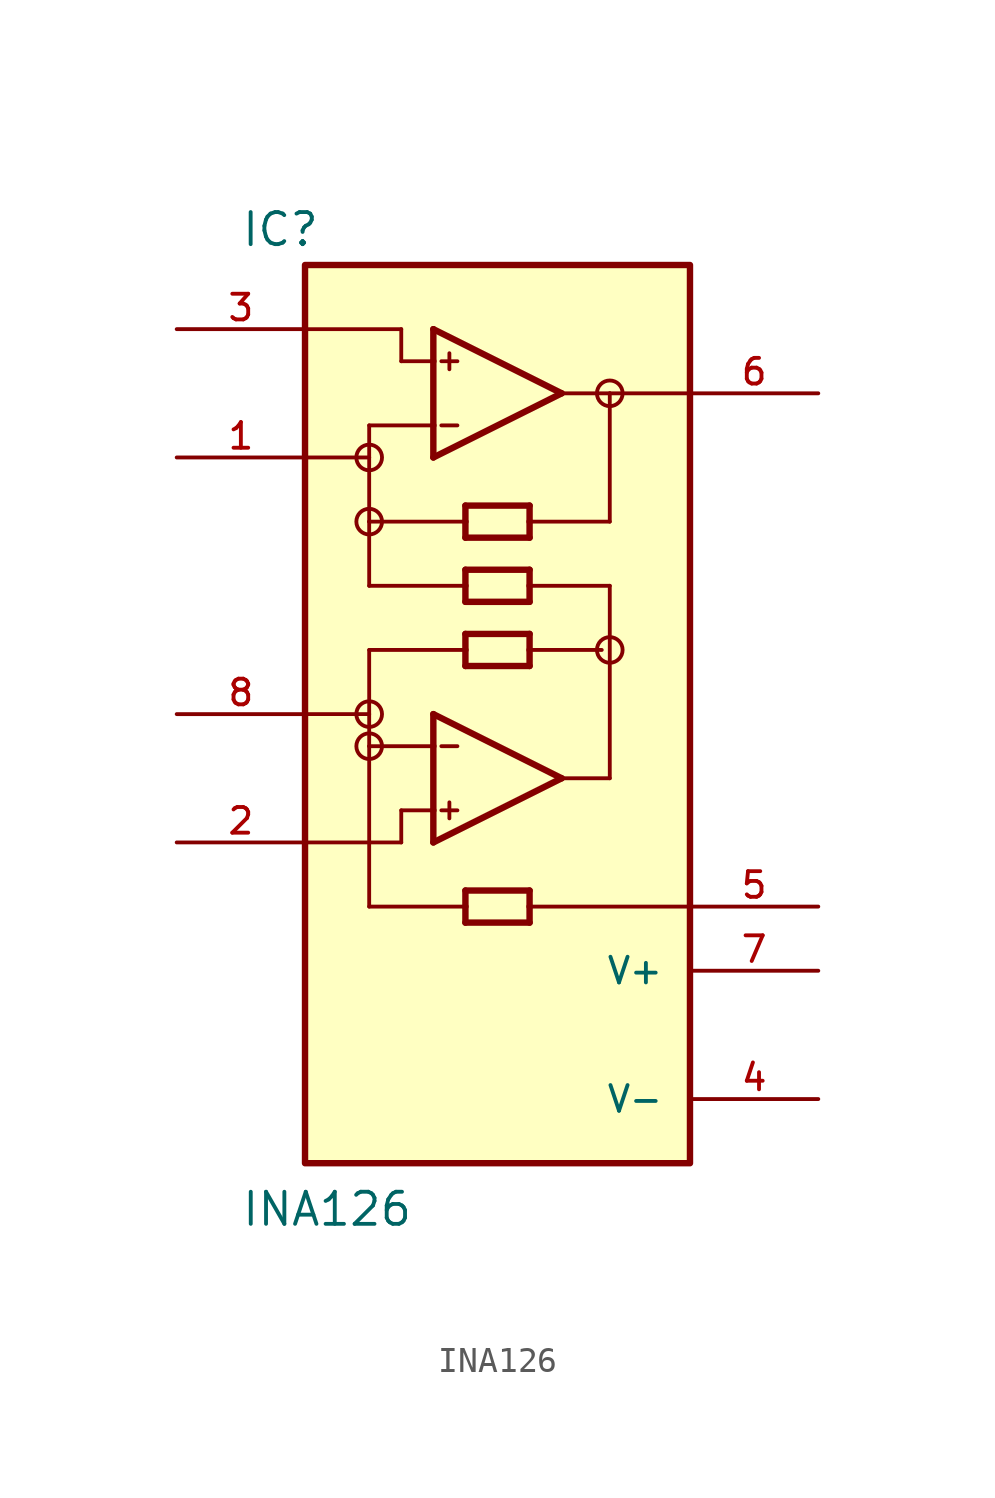
<source format=kicad_sym>
(kicad_symbol_lib
  (version 20211014)
  (generator kicad_symbol_editor)
  (symbol "INA126"
    (pin_names
      (offset 1.016))
    (property "Reference" "IC"
      (at -10.175 18.442 0)
      (effects (font (size 1.27 1.27)) (justify bottom left)))
    (property "Value" "INA126"
      (at -10.171 -20.343 0)
      (effects (font (size 1.27 1.27)) (justify bottom left)))
    (symbol "INA126_0_0"
      (polyline (pts (xy -2.54 10.16) (xy -2.54 11.43)) (stroke (width 0.254)))
      (polyline (pts (xy -2.54 11.43) (xy -2.54 13.97)) (stroke (width 0.254)))
      (polyline (pts (xy -2.54 13.97) (xy -2.54 15.24)) (stroke (width 0.254)))
      (polyline (pts (xy -2.54 15.24) (xy 2.54 12.7)) (stroke (width 0.254)))
      (polyline (pts (xy 2.54 12.7) (xy -2.54 10.16)) (stroke (width 0.254)))
      (polyline (pts (xy -2.54 13.97) (xy -3.81 13.97)) (stroke (width 0.152)))
      (polyline (pts (xy 1.27 5.715) (xy 1.27 5.08)) (stroke (width 0.254)))
      (polyline (pts (xy 1.27 5.08) (xy 1.27 4.445)) (stroke (width 0.254)))
      (polyline (pts (xy 1.27 4.445) (xy -1.27 4.445)) (stroke (width 0.254)))
      (polyline (pts (xy -1.27 4.445) (xy -1.27 5.08)) (stroke (width 0.254)))
      (polyline (pts (xy -1.27 5.08) (xy -1.27 5.715)) (stroke (width 0.254)))
      (polyline (pts (xy -1.27 5.715) (xy 1.27 5.715)) (stroke (width 0.254)))
      (polyline (pts (xy -1.27 8.255) (xy -1.27 7.62)) (stroke (width 0.254)))
      (polyline (pts (xy -1.27 7.62) (xy -1.27 6.985)) (stroke (width 0.254)))
      (polyline (pts (xy -1.27 6.985) (xy 1.27 6.985)) (stroke (width 0.254)))
      (polyline (pts (xy 1.27 6.985) (xy 1.27 7.62)) (stroke (width 0.254)))
      (polyline (pts (xy 1.27 7.62) (xy 1.27 8.255)) (stroke (width 0.254)))
      (polyline (pts (xy 1.27 8.255) (xy -1.27 8.255)) (stroke (width 0.254)))
      (polyline (pts (xy -2.54 11.43) (xy -5.08 11.43)) (stroke (width 0.152)))
      (polyline (pts (xy -5.08 11.43) (xy -5.08 10.16)) (stroke (width 0.152)))
      (polyline (pts (xy -2.223 13.97) (xy -1.587 13.97)) (stroke (width 0.152)))
      (polyline (pts (xy -2.223 11.43) (xy -1.587 11.43)) (stroke (width 0.152)))
      (polyline (pts (xy -1.905 14.287) (xy -1.905 13.652)) (stroke (width 0.152)))
      (polyline (pts (xy 2.54 12.7) (xy 4.445 12.7)) (stroke (width 0.152)))
      (polyline (pts (xy 4.445 12.7) (xy 7.62 12.7)) (stroke (width 0.152)))
      (polyline (pts (xy -2.54 -5.08) (xy -2.54 -3.81)) (stroke (width 0.254)))
      (polyline (pts (xy -2.54 -3.81) (xy -2.54 -1.27)) (stroke (width 0.254)))
      (polyline (pts (xy -2.54 -1.27) (xy -2.54 0.0)) (stroke (width 0.254)))
      (polyline (pts (xy -2.54 0.0) (xy 2.54 -2.54)) (stroke (width 0.254)))
      (polyline (pts (xy 2.54 -2.54) (xy -2.54 -5.08)) (stroke (width 0.254)))
      (polyline (pts (xy 1.27 1.905) (xy 1.27 2.54)) (stroke (width 0.254)))
      (polyline (pts (xy 1.27 2.54) (xy 1.27 3.175)) (stroke (width 0.254)))
      (polyline (pts (xy 1.27 3.175) (xy -1.27 3.175)) (stroke (width 0.254)))
      (polyline (pts (xy -1.27 3.175) (xy -1.27 2.54)) (stroke (width 0.254)))
      (polyline (pts (xy -1.27 2.54) (xy -1.27 1.905)) (stroke (width 0.254)))
      (polyline (pts (xy -1.27 1.905) (xy 1.27 1.905)) (stroke (width 0.254)))
      (polyline (pts (xy -1.27 -8.255) (xy -1.27 -7.62)) (stroke (width 0.254)))
      (polyline (pts (xy -1.27 -7.62) (xy -1.27 -6.985)) (stroke (width 0.254)))
      (polyline (pts (xy -1.27 -6.985) (xy 1.27 -6.985)) (stroke (width 0.254)))
      (polyline (pts (xy 1.27 -6.985) (xy 1.27 -7.62)) (stroke (width 0.254)))
      (polyline (pts (xy 1.27 -7.62) (xy 1.27 -8.255)) (stroke (width 0.254)))
      (polyline (pts (xy 1.27 -8.255) (xy -1.27 -8.255)) (stroke (width 0.254)))
      (polyline (pts (xy -2.54 -1.27) (xy -5.08 -1.27)) (stroke (width 0.152)))
      (polyline (pts (xy -5.08 -1.27) (xy -5.08 0.0)) (stroke (width 0.152)))
      (polyline (pts (xy -2.54 -3.81) (xy -3.81 -3.81)) (stroke (width 0.152)))
      (polyline (pts (xy -2.223 -1.27) (xy -1.587 -1.27)) (stroke (width 0.152)))
      (polyline (pts (xy -2.223 -3.81) (xy -1.587 -3.81)) (stroke (width 0.152)))
      (polyline (pts (xy -1.905 -3.493) (xy -1.905 -4.128)) (stroke (width 0.152)))
      (polyline (pts (xy 2.54 -2.54) (xy 4.445 -2.54)) (stroke (width 0.152)))
      (polyline (pts (xy -7.62 15.24) (xy -3.81 15.24)) (stroke (width 0.152)))
      (polyline (pts (xy -3.81 15.24) (xy -3.81 13.97)) (stroke (width 0.152)))
      (polyline (pts (xy -7.62 10.16) (xy -5.08 10.16)) (stroke (width 0.152)))
      (polyline (pts (xy 4.445 12.7) (xy 4.445 7.62)) (stroke (width 0.152)))
      (polyline (pts (xy 4.445 7.62) (xy 1.27 7.62)) (stroke (width 0.152)))
      (polyline (pts (xy -5.08 10.16) (xy -5.08 7.62)) (stroke (width 0.152)))
      (polyline (pts (xy -5.08 7.62) (xy -1.27 7.62)) (stroke (width 0.152)))
      (polyline (pts (xy -3.81 -3.81) (xy -3.81 -5.08)) (stroke (width 0.152)))
      (polyline (pts (xy -3.81 -5.08) (xy -7.62 -5.08)) (stroke (width 0.152)))
      (polyline (pts (xy -7.62 0.0) (xy -5.08 0.0)) (stroke (width 0.152)))
      (polyline (pts (xy -5.08 5.08) (xy -1.27 5.08)) (stroke (width 0.152)))
      (polyline (pts (xy -5.08 7.62) (xy -5.08 5.08)) (stroke (width 0.152)))
      (polyline (pts (xy 1.27 5.08) (xy 4.445 5.08)) (stroke (width 0.152)))
      (polyline (pts (xy 4.445 5.08) (xy 4.445 -2.54)) (stroke (width 0.152)))
      (polyline (pts (xy 1.27 2.54) (xy 4.128 2.54)) (stroke (width 0.152)))
      (polyline (pts (xy -1.27 2.54) (xy -5.08 2.54)) (stroke (width 0.152)))
      (polyline (pts (xy -5.08 2.54) (xy -5.08 0.0)) (stroke (width 0.152)))
      (polyline (pts (xy -5.08 -1.27) (xy -5.08 -7.62)) (stroke (width 0.152)))
      (polyline (pts (xy 1.27 -7.62) (xy 7.62 -7.62)) (stroke (width 0.152)))
      (polyline (pts (xy -5.08 -7.62) (xy -1.27 -7.62)) (stroke (width 0.152)))
      (circle (center -5.08 7.62) (radius 0.508) (stroke (width 0.0)) (fill (type none)))
      (circle (center -5.08 0.0) (radius 0.508) (stroke (width 0.0)) (fill (type none)))
      (circle (center 4.445 2.54) (radius 0.508) (stroke (width 0.0)) (fill (type none)))
      (circle (center 4.445 12.7) (radius 0.508) (stroke (width 0.0)) (fill (type none)))
      (circle (center -5.08 10.16) (radius 0.508) (stroke (width 0.0)) (fill (type none)))
      (circle (center -5.08 -1.27) (radius 0.508) (stroke (width 0.0)) (fill (type none)))
      (rectangle (start -7.62 -17.78) (end 7.62 17.78) (stroke (width 0.254)) (fill (type background)))
      (pin input line (at -12.7 15.24 0) (length 5.08) (name "~" (effects (font (size 1.016 1.016)))) (number "3" (effects (font (size 1.016 1.016)))))
      (pin passive line (at -12.7 10.16 0) (length 5.08) (name "~" (effects (font (size 1.016 1.016)))) (number "1" (effects (font (size 1.016 1.016)))))
      (pin output line (at 12.7 12.7 180.0) (length 5.08) (name "~" (effects (font (size 1.016 1.016)))) (number "6" (effects (font (size 1.016 1.016)))))
      (pin power_in line (at 12.7 -10.16 180.0) (length 5.08) (name "V+" (effects (font (size 1.016 1.016)))) (number "7" (effects (font (size 1.016 1.016)))))
      (pin power_in line (at 12.7 -15.24 180.0) (length 5.08) (name "V-" (effects (font (size 1.016 1.016)))) (number "4" (effects (font (size 1.016 1.016)))))
      (pin passive line (at -12.7 0.0 0) (length 5.08) (name "~" (effects (font (size 1.016 1.016)))) (number "8" (effects (font (size 1.016 1.016)))))
      (pin input line (at -12.7 -5.08 0) (length 5.08) (name "~" (effects (font (size 1.016 1.016)))) (number "2" (effects (font (size 1.016 1.016)))))
      (pin passive line (at 12.7 -7.62 180.0) (length 5.08) (name "~" (effects (font (size 1.016 1.016)))) (number "5" (effects (font (size 1.016 1.016))))))))
</source>
